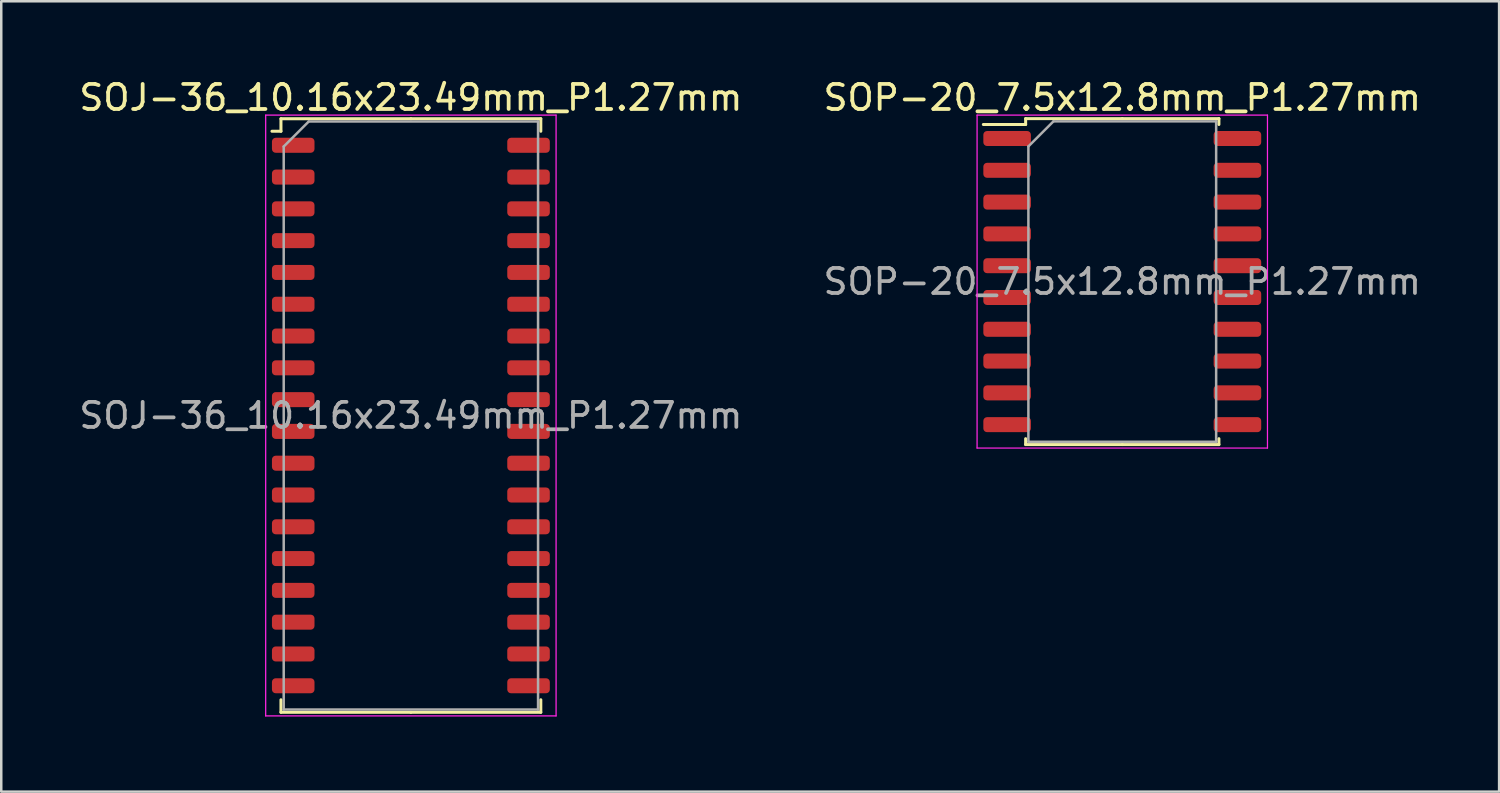
<source format=kicad_pcb>
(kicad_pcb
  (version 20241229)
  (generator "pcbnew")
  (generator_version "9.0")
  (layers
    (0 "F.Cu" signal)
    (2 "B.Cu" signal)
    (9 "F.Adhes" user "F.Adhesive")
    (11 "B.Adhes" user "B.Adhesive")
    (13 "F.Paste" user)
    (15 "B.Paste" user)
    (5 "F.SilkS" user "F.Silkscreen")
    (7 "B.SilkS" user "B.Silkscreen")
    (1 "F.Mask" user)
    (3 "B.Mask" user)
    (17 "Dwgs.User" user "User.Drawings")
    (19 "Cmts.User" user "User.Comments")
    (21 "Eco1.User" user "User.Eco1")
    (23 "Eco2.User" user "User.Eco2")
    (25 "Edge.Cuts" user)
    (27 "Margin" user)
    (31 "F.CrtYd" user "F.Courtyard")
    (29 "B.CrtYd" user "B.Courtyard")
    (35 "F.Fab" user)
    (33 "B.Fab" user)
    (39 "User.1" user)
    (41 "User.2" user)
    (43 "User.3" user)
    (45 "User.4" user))
  (footprint "SOJ-36_10.16x23.49mm_P1.27mm"
    (layer "F.Cu")
    (at 13.363 13.548)
    (property "Reference" "SOJ-36_10.16x23.49mm_P1.27mm" (at 0 -12.7 0) (layer "F.SilkS") (effects (font (size 1 1) (thickness 0.15))))
    (attr smd)
    (fp_line (start -5.19 -11.855) (end -5.19 -11.355) (stroke (width 0.12) (type solid)) (layer "F.SilkS"))
    (fp_line (start -5.19 -11.355) (end -5.55 -11.355) (stroke (width 0.12) (type solid)) (layer "F.SilkS"))
    (fp_line (start -5.19 11.855) (end -5.19 11.355) (stroke (width 0.12) (type solid)) (layer "F.SilkS"))
    (fp_line (start 0 -11.855) (end -5.19 -11.855) (stroke (width 0.12) (type solid)) (layer "F.SilkS"))
    (fp_line (start 0 -11.855) (end 5.19 -11.855) (stroke (width 0.12) (type solid)) (layer "F.SilkS"))
    (fp_line (start 0 11.855) (end -5.19 11.855) (stroke (width 0.12) (type solid)) (layer "F.SilkS"))
    (fp_line (start 0 11.855) (end 5.19 11.855) (stroke (width 0.12) (type solid)) (layer "F.SilkS"))
    (fp_line (start 5.19 -11.855) (end 5.19 -11.355) (stroke (width 0.12) (type solid)) (layer "F.SilkS"))
    (fp_line (start 5.19 11.855) (end 5.19 11.355) (stroke (width 0.12) (type solid)) (layer "F.SilkS"))
    (fp_line (start -5.8 -12) (end -5.8 12) (stroke (width 0.05) (type solid)) (layer "F.CrtYd"))
    (fp_line (start -5.8 12) (end 5.8 12) (stroke (width 0.05) (type solid)) (layer "F.CrtYd"))
    (fp_line (start 5.8 -12) (end -5.8 -12) (stroke (width 0.05) (type solid)) (layer "F.CrtYd"))
    (fp_line (start 5.8 12) (end 5.8 -12) (stroke (width 0.05) (type solid)) (layer "F.CrtYd"))
    (fp_line (start -5.08 -10.745) (end -4.08 -11.745) (stroke (width 0.1) (type solid)) (layer "F.Fab"))
    (fp_line (start -5.08 11.745) (end -5.08 -10.745) (stroke (width 0.1) (type solid)) (layer "F.Fab"))
    (fp_line (start -4.08 -11.745) (end 5.08 -11.745) (stroke (width 0.1) (type solid)) (layer "F.Fab"))
    (fp_line (start 5.08 -11.745) (end 5.08 11.745) (stroke (width 0.1) (type solid)) (layer "F.Fab"))
    (fp_line (start 5.08 11.745) (end -5.08 11.745) (stroke (width 0.1) (type solid)) (layer "F.Fab"))
    (fp_text user "${REFERENCE}" (at 0 0 0) (layer "F.Fab") (effects (font (size 1 1) (thickness 0.15))))
    (pad "1" smd roundrect (at -4.7 -10.795) (size 1.7 0.6) (layers "F.Cu" "F.Mask" "F.Paste") (roundrect_rratio 0.25))
    (pad "2" smd roundrect (at -4.7 -9.525) (size 1.7 0.6) (layers "F.Cu" "F.Mask" "F.Paste") (roundrect_rratio 0.25))
    (pad "3" smd roundrect (at -4.7 -8.255) (size 1.7 0.6) (layers "F.Cu" "F.Mask" "F.Paste") (roundrect_rratio 0.25))
    (pad "4" smd roundrect (at -4.7 -6.985) (size 1.7 0.6) (layers "F.Cu" "F.Mask" "F.Paste") (roundrect_rratio 0.25))
    (pad "5" smd roundrect (at -4.7 -5.715) (size 1.7 0.6) (layers "F.Cu" "F.Mask" "F.Paste") (roundrect_rratio 0.25))
    (pad "6" smd roundrect (at -4.7 -4.445) (size 1.7 0.6) (layers "F.Cu" "F.Mask" "F.Paste") (roundrect_rratio 0.25))
    (pad "7" smd roundrect (at -4.7 -3.175) (size 1.7 0.6) (layers "F.Cu" "F.Mask" "F.Paste") (roundrect_rratio 0.25))
    (pad "8" smd roundrect (at -4.7 -1.905) (size 1.7 0.6) (layers "F.Cu" "F.Mask" "F.Paste") (roundrect_rratio 0.25))
    (pad "9" smd roundrect (at -4.7 -0.635) (size 1.7 0.6) (layers "F.Cu" "F.Mask" "F.Paste") (roundrect_rratio 0.25))
    (pad "10" smd roundrect (at -4.7 0.635) (size 1.7 0.6) (layers "F.Cu" "F.Mask" "F.Paste") (roundrect_rratio 0.25))
    (pad "11" smd roundrect (at -4.7 1.905) (size 1.7 0.6) (layers "F.Cu" "F.Mask" "F.Paste") (roundrect_rratio 0.25))
    (pad "12" smd roundrect (at -4.7 3.175) (size 1.7 0.6) (layers "F.Cu" "F.Mask" "F.Paste") (roundrect_rratio 0.25))
    (pad "13" smd roundrect (at -4.7 4.445) (size 1.7 0.6) (layers "F.Cu" "F.Mask" "F.Paste") (roundrect_rratio 0.25))
    (pad "14" smd roundrect (at -4.7 5.715) (size 1.7 0.6) (layers "F.Cu" "F.Mask" "F.Paste") (roundrect_rratio 0.25))
    (pad "15" smd roundrect (at -4.7 6.985) (size 1.7 0.6) (layers "F.Cu" "F.Mask" "F.Paste") (roundrect_rratio 0.25))
    (pad "16" smd roundrect (at -4.7 8.255) (size 1.7 0.6) (layers "F.Cu" "F.Mask" "F.Paste") (roundrect_rratio 0.25))
    (pad "17" smd roundrect (at -4.7 9.525) (size 1.7 0.6) (layers "F.Cu" "F.Mask" "F.Paste") (roundrect_rratio 0.25))
    (pad "18" smd roundrect (at -4.7 10.795) (size 1.7 0.6) (layers "F.Cu" "F.Mask" "F.Paste") (roundrect_rratio 0.25))
    (pad "19" smd roundrect (at 4.7 10.795) (size 1.7 0.6) (layers "F.Cu" "F.Mask" "F.Paste") (roundrect_rratio 0.25))
    (pad "20" smd roundrect (at 4.7 9.525) (size 1.7 0.6) (layers "F.Cu" "F.Mask" "F.Paste") (roundrect_rratio 0.25))
    (pad "21" smd roundrect (at 4.7 8.255) (size 1.7 0.6) (layers "F.Cu" "F.Mask" "F.Paste") (roundrect_rratio 0.25))
    (pad "22" smd roundrect (at 4.7 6.985) (size 1.7 0.6) (layers "F.Cu" "F.Mask" "F.Paste") (roundrect_rratio 0.25))
    (pad "23" smd roundrect (at 4.7 5.715) (size 1.7 0.6) (layers "F.Cu" "F.Mask" "F.Paste") (roundrect_rratio 0.25))
    (pad "24" smd roundrect (at 4.7 4.445) (size 1.7 0.6) (layers "F.Cu" "F.Mask" "F.Paste") (roundrect_rratio 0.25))
    (pad "25" smd roundrect (at 4.7 3.175) (size 1.7 0.6) (layers "F.Cu" "F.Mask" "F.Paste") (roundrect_rratio 0.25))
    (pad "26" smd roundrect (at 4.7 1.905) (size 1.7 0.6) (layers "F.Cu" "F.Mask" "F.Paste") (roundrect_rratio 0.25))
    (pad "27" smd roundrect (at 4.7 0.635) (size 1.7 0.6) (layers "F.Cu" "F.Mask" "F.Paste") (roundrect_rratio 0.25))
    (pad "28" smd roundrect (at 4.7 -0.635) (size 1.7 0.6) (layers "F.Cu" "F.Mask" "F.Paste") (roundrect_rratio 0.25))
    (pad "29" smd roundrect (at 4.7 -1.905) (size 1.7 0.6) (layers "F.Cu" "F.Mask" "F.Paste") (roundrect_rratio 0.25))
    (pad "30" smd roundrect (at 4.7 -3.175) (size 1.7 0.6) (layers "F.Cu" "F.Mask" "F.Paste") (roundrect_rratio 0.25))
    (pad "31" smd roundrect (at 4.7 -4.445) (size 1.7 0.6) (layers "F.Cu" "F.Mask" "F.Paste") (roundrect_rratio 0.25))
    (pad "32" smd roundrect (at 4.7 -5.715) (size 1.7 0.6) (layers "F.Cu" "F.Mask" "F.Paste") (roundrect_rratio 0.25))
    (pad "33" smd roundrect (at 4.7 -6.985) (size 1.7 0.6) (layers "F.Cu" "F.Mask" "F.Paste") (roundrect_rratio 0.25))
    (pad "34" smd roundrect (at 4.7 -8.255) (size 1.7 0.6) (layers "F.Cu" "F.Mask" "F.Paste") (roundrect_rratio 0.25))
    (pad "35" smd roundrect (at 4.7 -9.525) (size 1.7 0.6) (layers "F.Cu" "F.Mask" "F.Paste") (roundrect_rratio 0.25))
    (pad "36" smd roundrect (at 4.7 -10.795) (size 1.7 0.6) (layers "F.Cu" "F.Mask" "F.Paste") (roundrect_rratio 0.25)))
  (footprint "SOP-20_7.5x12.8mm_P1.27mm"
    (layer "F.Cu")
    (at 41.78 8.198)
    (property "Reference" "SOP-20_7.5x12.8mm_P1.27mm" (at 0 -7.35 0) (layer "F.SilkS") (effects (font (size 1 1) (thickness 0.15))))
    (attr smd)
    (fp_line (start -3.86 -6.51) (end -3.86 -6.275) (stroke (width 0.12) (type solid)) (layer "F.SilkS"))
    (fp_line (start -3.86 -6.275) (end -5.55 -6.275) (stroke (width 0.12) (type solid)) (layer "F.SilkS"))
    (fp_line (start -3.86 6.51) (end -3.86 6.275) (stroke (width 0.12) (type solid)) (layer "F.SilkS"))
    (fp_line (start 0 -6.51) (end -3.86 -6.51) (stroke (width 0.12) (type solid)) (layer "F.SilkS"))
    (fp_line (start 0 -6.51) (end 3.86 -6.51) (stroke (width 0.12) (type solid)) (layer "F.SilkS"))
    (fp_line (start 0 6.51) (end -3.86 6.51) (stroke (width 0.12) (type solid)) (layer "F.SilkS"))
    (fp_line (start 0 6.51) (end 3.86 6.51) (stroke (width 0.12) (type solid)) (layer "F.SilkS"))
    (fp_line (start 3.86 -6.51) (end 3.86 -6.275) (stroke (width 0.12) (type solid)) (layer "F.SilkS"))
    (fp_line (start 3.86 6.51) (end 3.86 6.275) (stroke (width 0.12) (type solid)) (layer "F.SilkS"))
    (fp_line (start -5.8 -6.65) (end -5.8 6.65) (stroke (width 0.05) (type solid)) (layer "F.CrtYd"))
    (fp_line (start -5.8 6.65) (end 5.8 6.65) (stroke (width 0.05) (type solid)) (layer "F.CrtYd"))
    (fp_line (start 5.8 -6.65) (end -5.8 -6.65) (stroke (width 0.05) (type solid)) (layer "F.CrtYd"))
    (fp_line (start 5.8 6.65) (end 5.8 -6.65) (stroke (width 0.05) (type solid)) (layer "F.CrtYd"))
    (fp_line (start -3.75 -5.4) (end -2.75 -6.4) (stroke (width 0.1) (type solid)) (layer "F.Fab"))
    (fp_line (start -3.75 6.4) (end -3.75 -5.4) (stroke (width 0.1) (type solid)) (layer "F.Fab"))
    (fp_line (start -2.75 -6.4) (end 3.75 -6.4) (stroke (width 0.1) (type solid)) (layer "F.Fab"))
    (fp_line (start 3.75 -6.4) (end 3.75 6.4) (stroke (width 0.1) (type solid)) (layer "F.Fab"))
    (fp_line (start 3.75 6.4) (end -3.75 6.4) (stroke (width 0.1) (type solid)) (layer "F.Fab"))
    (fp_text user "${REFERENCE}" (at 0 0 0) (layer "F.Fab") (effects (font (size 1 1) (thickness 0.15))))
    (pad "1" smd roundrect (at -4.6 -5.715) (size 1.9 0.6) (layers "F.Cu" "F.Mask" "F.Paste") (roundrect_rratio 0.25))
    (pad "2" smd roundrect (at -4.6 -4.445) (size 1.9 0.6) (layers "F.Cu" "F.Mask" "F.Paste") (roundrect_rratio 0.25))
    (pad "3" smd roundrect (at -4.6 -3.175) (size 1.9 0.6) (layers "F.Cu" "F.Mask" "F.Paste") (roundrect_rratio 0.25))
    (pad "4" smd roundrect (at -4.6 -1.905) (size 1.9 0.6) (layers "F.Cu" "F.Mask" "F.Paste") (roundrect_rratio 0.25))
    (pad "5" smd roundrect (at -4.6 -0.635) (size 1.9 0.6) (layers "F.Cu" "F.Mask" "F.Paste") (roundrect_rratio 0.25))
    (pad "6" smd roundrect (at -4.6 0.635) (size 1.9 0.6) (layers "F.Cu" "F.Mask" "F.Paste") (roundrect_rratio 0.25))
    (pad "7" smd roundrect (at -4.6 1.905) (size 1.9 0.6) (layers "F.Cu" "F.Mask" "F.Paste") (roundrect_rratio 0.25))
    (pad "8" smd roundrect (at -4.6 3.175) (size 1.9 0.6) (layers "F.Cu" "F.Mask" "F.Paste") (roundrect_rratio 0.25))
    (pad "9" smd roundrect (at -4.6 4.445) (size 1.9 0.6) (layers "F.Cu" "F.Mask" "F.Paste") (roundrect_rratio 0.25))
    (pad "10" smd roundrect (at -4.6 5.715) (size 1.9 0.6) (layers "F.Cu" "F.Mask" "F.Paste") (roundrect_rratio 0.25))
    (pad "11" smd roundrect (at 4.6 5.715) (size 1.9 0.6) (layers "F.Cu" "F.Mask" "F.Paste") (roundrect_rratio 0.25))
    (pad "12" smd roundrect (at 4.6 4.445) (size 1.9 0.6) (layers "F.Cu" "F.Mask" "F.Paste") (roundrect_rratio 0.25))
    (pad "13" smd roundrect (at 4.6 3.175) (size 1.9 0.6) (layers "F.Cu" "F.Mask" "F.Paste") (roundrect_rratio 0.25))
    (pad "14" smd roundrect (at 4.6 1.905) (size 1.9 0.6) (layers "F.Cu" "F.Mask" "F.Paste") (roundrect_rratio 0.25))
    (pad "15" smd roundrect (at 4.6 0.635) (size 1.9 0.6) (layers "F.Cu" "F.Mask" "F.Paste") (roundrect_rratio 0.25))
    (pad "16" smd roundrect (at 4.6 -0.635) (size 1.9 0.6) (layers "F.Cu" "F.Mask" "F.Paste") (roundrect_rratio 0.25))
    (pad "17" smd roundrect (at 4.6 -1.905) (size 1.9 0.6) (layers "F.Cu" "F.Mask" "F.Paste") (roundrect_rratio 0.25))
    (pad "18" smd roundrect (at 4.6 -3.175) (size 1.9 0.6) (layers "F.Cu" "F.Mask" "F.Paste") (roundrect_rratio 0.25))
    (pad "19" smd roundrect (at 4.6 -4.445) (size 1.9 0.6) (layers "F.Cu" "F.Mask" "F.Paste") (roundrect_rratio 0.25))
    (pad "20" smd roundrect (at 4.6 -5.715) (size 1.9 0.6) (layers "F.Cu" "F.Mask" "F.Paste") (roundrect_rratio 0.25)))
  (gr_rect
    (start -3 -3)
    (end 56.833 28.573)
    (stroke (width 0.1) (type default))
    (fill no)
    (layer "Edge.Cuts")))
</source>
